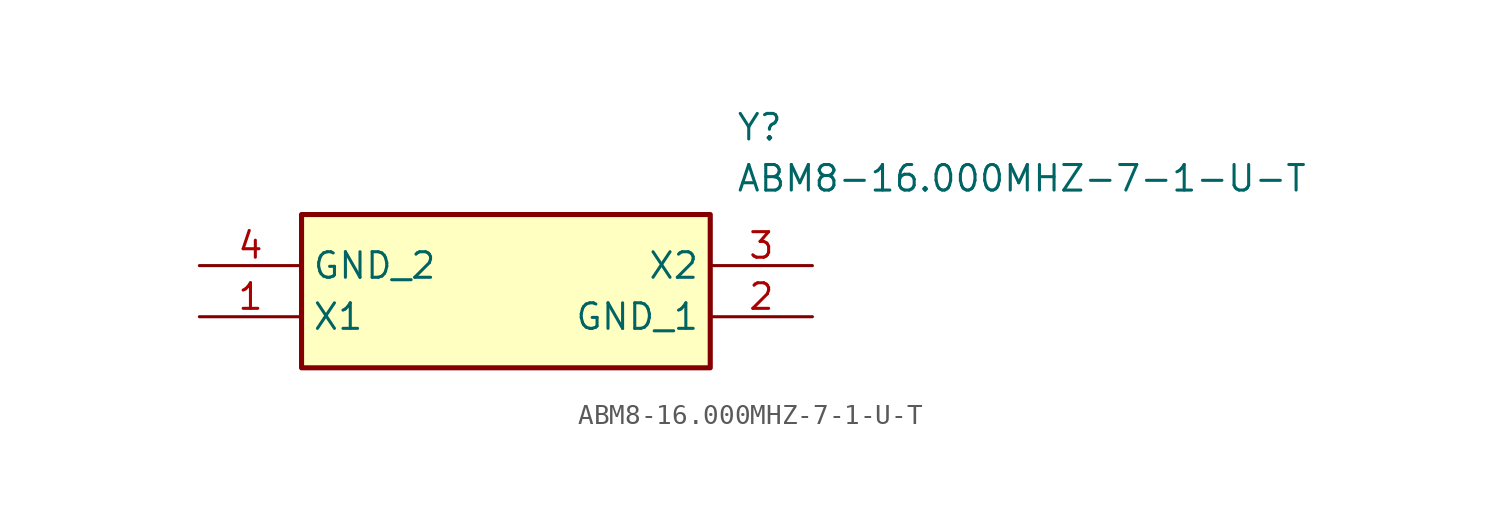
<source format=kicad_sym>
(kicad_symbol_lib
  (version 20211014)
  (generator SamacSys_ECAD_Model)
  (symbol "ABM8-16.000MHZ-7-1-U-T"
    (property "Reference" "Y"
      (at 26.67 7.62 0)
      (effects (font (size 1.27 1.27)) (justify left top)))
    (property "Value" "ABM8-16.000MHZ-7-1-U-T"
      (at 26.67 5.08 0)
      (effects (font (size 1.27 1.27)) (justify left top)))
    (rectangle
      (start 5.08 2.54)
      (end 25.4 -5.08)
      (stroke (width 0.254) (type default))
      (fill (type background)))
    (pin passive line
      (at 0 -2.54 0)
      (length 5.08)
      (name "X1" (effects (font (size 1.27 1.27))))
      (number "1" (effects (font (size 1.27 1.27)))))
    (pin passive line
      (at 30.48 -2.54 180)
      (length 5.08)
      (name "GND_1" (effects (font (size 1.27 1.27))))
      (number "2" (effects (font (size 1.27 1.27)))))
    (pin passive line
      (at 30.48 0 180)
      (length 5.08)
      (name "X2" (effects (font (size 1.27 1.27))))
      (number "3" (effects (font (size 1.27 1.27)))))
    (pin passive line
      (at 0 0 0)
      (length 5.08)
      (name "GND_2" (effects (font (size 1.27 1.27))))
      (number "4" (effects (font (size 1.27 1.27)))))))
</source>
